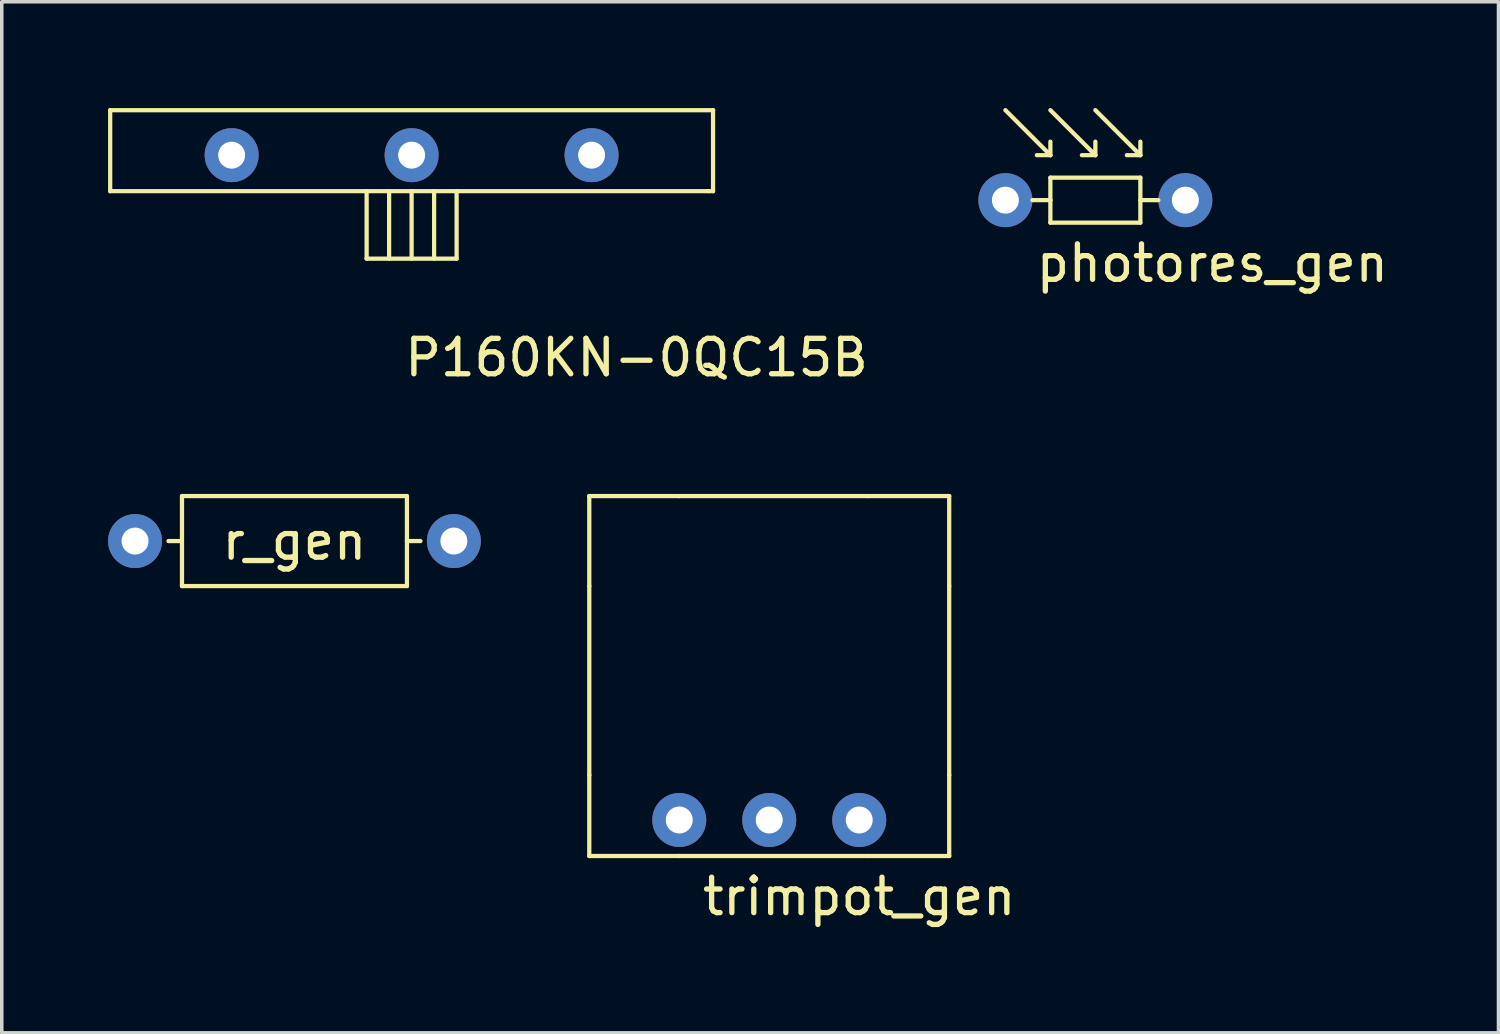
<source format=kicad_pcb>
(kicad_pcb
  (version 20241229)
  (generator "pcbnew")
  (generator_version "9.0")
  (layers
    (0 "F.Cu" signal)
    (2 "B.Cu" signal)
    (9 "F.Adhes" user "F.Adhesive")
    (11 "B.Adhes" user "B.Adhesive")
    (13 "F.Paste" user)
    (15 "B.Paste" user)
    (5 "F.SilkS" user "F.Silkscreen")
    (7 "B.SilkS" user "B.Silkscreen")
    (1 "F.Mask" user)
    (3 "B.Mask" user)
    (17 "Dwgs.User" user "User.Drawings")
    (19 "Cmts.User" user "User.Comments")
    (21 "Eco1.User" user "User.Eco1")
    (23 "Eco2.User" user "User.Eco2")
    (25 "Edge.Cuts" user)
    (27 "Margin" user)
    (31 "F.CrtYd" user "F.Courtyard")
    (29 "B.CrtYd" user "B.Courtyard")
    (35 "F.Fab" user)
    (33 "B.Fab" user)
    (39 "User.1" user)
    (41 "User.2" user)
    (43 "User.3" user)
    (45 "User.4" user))
  (footprint "photores_gen"
    (layer "F.Cu")
    (at 27.87 2.6)
    (property "Reference" "photores_gen" (at 3.302 1.778 0) (layer "F.SilkS") (effects (font (size 1 1) (thickness 0.15))))
    (attr through_hole)
    (fp_line (start -2.54 -2.54) (end -1.27 -1.27) (stroke (width 0.12) (type solid)) (layer "F.SilkS"))
    (fp_line (start -1.778 0) (end -1.27 0) (stroke (width 0.12) (type solid)) (layer "F.SilkS"))
    (fp_line (start -1.27 -2.54) (end 0 -1.27) (stroke (width 0.12) (type solid)) (layer "F.SilkS"))
    (fp_line (start -1.27 -1.27) (end -1.651 -1.27) (stroke (width 0.12) (type solid)) (layer "F.SilkS"))
    (fp_line (start -1.27 -1.27) (end -1.27 -1.651) (stroke (width 0.12) (type solid)) (layer "F.SilkS"))
    (fp_line (start -1.27 -0.635) (end 1.27 -0.635) (stroke (width 0.12) (type solid)) (layer "F.SilkS"))
    (fp_line (start -1.27 0) (end -1.27 -0.635) (stroke (width 0.12) (type solid)) (layer "F.SilkS"))
    (fp_line (start -1.27 0) (end -1.27 0.635) (stroke (width 0.12) (type solid)) (layer "F.SilkS"))
    (fp_line (start -1.27 0.635) (end 1.27 0.635) (stroke (width 0.12) (type solid)) (layer "F.SilkS"))
    (fp_line (start 0 -2.54) (end 1.27 -1.27) (stroke (width 0.12) (type solid)) (layer "F.SilkS"))
    (fp_line (start 0 -1.27) (end -0.381 -1.27) (stroke (width 0.12) (type solid)) (layer "F.SilkS"))
    (fp_line (start 0 -1.27) (end 0 -1.651) (stroke (width 0.12) (type solid)) (layer "F.SilkS"))
    (fp_line (start 1.27 -1.27) (end 0.889 -1.27) (stroke (width 0.12) (type solid)) (layer "F.SilkS"))
    (fp_line (start 1.27 -1.27) (end 1.27 -1.651) (stroke (width 0.12) (type solid)) (layer "F.SilkS"))
    (fp_line (start 1.27 -0.635) (end 1.27 0) (stroke (width 0.12) (type solid)) (layer "F.SilkS"))
    (fp_line (start 1.27 0.635) (end 1.27 0) (stroke (width 0.12) (type solid)) (layer "F.SilkS"))
    (fp_line (start 1.778 0) (end 1.27 0) (stroke (width 0.12) (type solid)) (layer "F.SilkS"))
    (pad "1" thru_hole circle (at -2.54 0) (size 1.524 1.524) (drill 0.762) (layers "*.Cu" "*.Mask"))
    (pad "2" thru_hole circle (at 2.54 0) (size 1.524 1.524) (drill 0.762) (layers "*.Cu" "*.Mask")))
  (footprint "r_gen"
    (layer "F.Cu")
    (at 5.262 12.223)
    (property "Reference" "r_gen" (at 0 0 0) (layer "F.SilkS") (effects (font (size 1 1) (thickness 0.15))))
    (attr through_hole)
    (fp_line (start -3.175 -1.27) (end 3.175 -1.27) (stroke (width 0.12) (type solid)) (layer "F.SilkS"))
    (fp_line (start -3.175 0) (end -3.556 0) (stroke (width 0.12) (type solid)) (layer "F.SilkS"))
    (fp_line (start -3.175 1.27) (end -3.175 -1.27) (stroke (width 0.12) (type solid)) (layer "F.SilkS"))
    (fp_line (start 3.175 -1.27) (end 3.175 1.27) (stroke (width 0.12) (type solid)) (layer "F.SilkS"))
    (fp_line (start 3.175 1.27) (end -3.175 1.27) (stroke (width 0.12) (type solid)) (layer "F.SilkS"))
    (fp_line (start 3.556 0) (end 3.175 0) (stroke (width 0.12) (type solid)) (layer "F.SilkS"))
    (pad "1" thru_hole circle (at -4.5 0) (size 1.524 1.524) (drill 0.762) (layers "*.Cu" "*.Mask"))
    (pad "2" thru_hole circle (at 4.5 0) (size 1.524 1.524) (drill 0.762) (layers "*.Cu" "*.Mask")))
  (footprint "P160KN-0QC15B"
    (layer "F.Cu")
    (at 8.569 1.33)
    (property "Reference" "P160KN-0QC15B" (at 6.35 5.715 0) (layer "F.SilkS") (effects (font (size 1 1) (thickness 0.15))))
    (attr through_hole)
    (fp_line (start -8.509 -1.27) (end -8.509 1.016) (stroke (width 0.12) (type solid)) (layer "F.SilkS"))
    (fp_line (start -8.509 1.016) (end 8.382 1.016) (stroke (width 0.12) (type solid)) (layer "F.SilkS"))
    (fp_line (start -1.27 1.016) (end -1.27 2.921) (stroke (width 0.12) (type solid)) (layer "F.SilkS"))
    (fp_line (start -1.27 2.921) (end 1.27 2.921) (stroke (width 0.12) (type solid)) (layer "F.SilkS"))
    (fp_line (start -0.635 1.016) (end -0.635 2.921) (stroke (width 0.12) (type solid)) (layer "F.SilkS"))
    (fp_line (start 0 1.016) (end 0 2.921) (stroke (width 0.12) (type solid)) (layer "F.SilkS"))
    (fp_line (start 0.635 1.016) (end 0.635 2.921) (stroke (width 0.12) (type solid)) (layer "F.SilkS"))
    (fp_line (start 1.27 2.921) (end 1.27 1.016) (stroke (width 0.12) (type solid)) (layer "F.SilkS"))
    (fp_line (start 8.382 1.016) (end 8.509 1.016) (stroke (width 0.12) (type solid)) (layer "F.SilkS"))
    (fp_line (start 8.509 -1.27) (end -8.509 -1.27) (stroke (width 0.12) (type solid)) (layer "F.SilkS"))
    (fp_line (start 8.509 1.016) (end 8.509 -1.27) (stroke (width 0.12) (type solid)) (layer "F.SilkS"))
    (pad "1" thru_hole circle (at -5.08 0) (size 1.524 1.524) (drill 0.762) (layers "*.Cu" "*.Mask"))
    (pad "2" thru_hole circle (at 0 0) (size 1.524 1.524) (drill 0.762) (layers "*.Cu" "*.Mask"))
    (pad "3" thru_hole circle (at 5.08 0) (size 1.524 1.524) (drill 0.762) (layers "*.Cu" "*.Mask")))
  (footprint "trimpot_gen"
    (layer "F.Cu")
    (at 18.664 21.113)
    (property "Reference" "trimpot_gen" (at 2.54 1.143 0) (layer "F.SilkS") (effects (font (size 1 1) (thickness 0.15))))
    (attr through_hole)
    (fp_line (start -5.08 -7.62) (end -5.08 -10.16) (stroke (width 0.12) (type solid)) (layer "F.SilkS"))
    (fp_line (start -5.08 -7.62) (end -5.08 -2.286) (stroke (width 0.12) (type solid)) (layer "F.SilkS"))
    (fp_line (start -5.08 -2.286) (end -5.08 0) (stroke (width 0.12) (type solid)) (layer "F.SilkS"))
    (fp_line (start -2.54 -10.16) (end -5.08 -10.16) (stroke (width 0.12) (type solid)) (layer "F.SilkS"))
    (fp_line (start -2.54 -10.16) (end 2.794 -10.16) (stroke (width 0.12) (type solid)) (layer "F.SilkS"))
    (fp_line (start -2.54 0) (end -5.08 0) (stroke (width 0.12) (type solid)) (layer "F.SilkS"))
    (fp_line (start -2.54 0) (end 2.794 0) (stroke (width 0.12) (type solid)) (layer "F.SilkS"))
    (fp_line (start 2.794 -10.16) (end 5.08 -10.16) (stroke (width 0.12) (type solid)) (layer "F.SilkS"))
    (fp_line (start 2.794 0) (end 5.08 0) (stroke (width 0.12) (type solid)) (layer "F.SilkS"))
    (fp_line (start 5.08 -7.62) (end 5.08 -10.16) (stroke (width 0.12) (type solid)) (layer "F.SilkS"))
    (fp_line (start 5.08 -7.62) (end 5.08 -2.286) (stroke (width 0.12) (type solid)) (layer "F.SilkS"))
    (fp_line (start 5.08 -2.286) (end 5.08 0) (stroke (width 0.12) (type solid)) (layer "F.SilkS"))
    (pad "1" thru_hole circle (at -2.54 -1.016) (size 1.524 1.524) (drill 0.762) (layers "*.Cu" "*.Mask"))
    (pad "2" thru_hole circle (at 0 -1.016) (size 1.524 1.524) (drill 0.762) (layers "*.Cu" "*.Mask"))
    (pad "3" thru_hole circle (at 2.54 -1.016) (size 1.524 1.524) (drill 0.762) (layers "*.Cu" "*.Mask")))
  (gr_rect
    (start -3 -3)
    (end 39.249 26.105)
    (stroke (width 0.1) (type default))
    (fill no)
    (layer "Edge.Cuts")))
</source>
